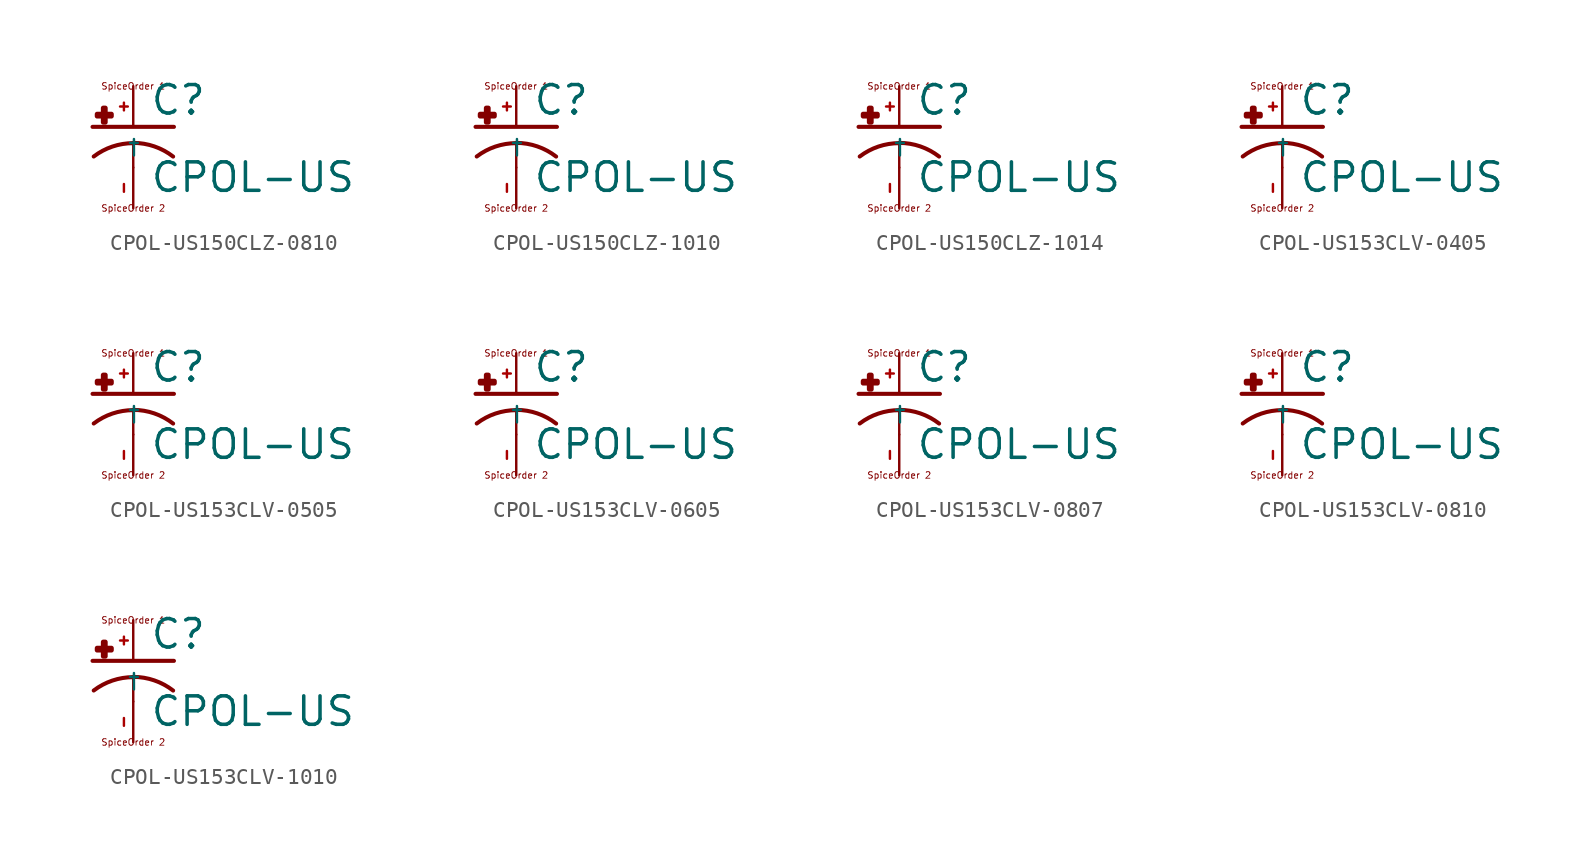
<source format=kicad_sym>
(kicad_symbol_lib
  (version 20220914)
  (generator Eagle2Kicad)
  (symbol "CPOL-US150CLZ-0810"
    (property "Reference" "C"
      (at 1.016 0.635 0)
      (effects (font (size 1.778 1.778) (thickness 0.22)) (justify left bottom)))
    (property "Value" "CPOL-US"
      (at 1.016 -4.191 0)
      (effects (font (size 1.778 1.778) (thickness 0.22)) (justify left bottom)))
    (polyline
      (pts (xy -2.54 0) (xy 2.54 0))
      (stroke (width 0.254) (type default))
      (fill (type none)))
    (polyline
      (pts (xy 0 -1.016) (xy 0 -2.54))
      (stroke (width 0.152) (type default))
      (fill (type none)))
    (arc
      (start 2.4892 -1.8542)
      (mid 1.316 -1.220)
      (end 0 -1)
      (stroke (width 0.254) (type default))
      (fill (type none)))
    (arc
      (start 0 -1.0161)
      (mid -1.302 -1.230)
      (end -2.4669 -1.8504)
      (stroke (width 0.254) (type default))
      (fill (type none)))
    (text "SpiceOrder 1"
      (at 0 2.54 0)
      (effects (font (size 0.406 0.406) (thickness 0.05))))
    (text "SpiceOrder 2"
      (at 0 -5.08 0)
      (effects (font (size 0.406 0.406) (thickness 0.05))))
    (rectangle
      (start -2.253 0.668)
      (end -1.364 0.795)
      (stroke (width 0.3) (type default))
      (fill (type outline)))
    (rectangle
      (start -1.872 0.287)
      (end -1.745 1.176)
      (stroke (width 0.3) (type default))
      (fill (type outline)))
    (pin passive line
      (at 0 2.54 270)
      (length 2.54)
      (name "+" (effects (font (size 0.635 0.635) (thickness 0.08)) (justify left bottom)))
      (number "+" (effects (font (size 0.635 0.635) (thickness 0.08)) (justify left bottom))))
    (pin passive line
      (at 0 -5.08 90)
      (length 2.54)
      (name "-" (effects (font (size 0.635 0.635) (thickness 0.08)) (justify left bottom)))
      (number "-" (effects (font (size 0.635 0.635) (thickness 0.08)) (justify left bottom)))))
  (symbol "CPOL-US150CLZ-1010"
    (property "Reference" "C"
      (at 1.016 0.635 0)
      (effects (font (size 1.778 1.778) (thickness 0.22)) (justify left bottom)))
    (property "Value" "CPOL-US"
      (at 1.016 -4.191 0)
      (effects (font (size 1.778 1.778) (thickness 0.22)) (justify left bottom)))
    (polyline
      (pts (xy -2.54 0) (xy 2.54 0))
      (stroke (width 0.254) (type default))
      (fill (type none)))
    (polyline
      (pts (xy 0 -1.016) (xy 0 -2.54))
      (stroke (width 0.152) (type default))
      (fill (type none)))
    (arc
      (start 2.4892 -1.8542)
      (mid 1.316 -1.220)
      (end 0 -1)
      (stroke (width 0.254) (type default))
      (fill (type none)))
    (arc
      (start 0 -1.0161)
      (mid -1.302 -1.230)
      (end -2.4669 -1.8504)
      (stroke (width 0.254) (type default))
      (fill (type none)))
    (text "SpiceOrder 1"
      (at 0 2.54 0)
      (effects (font (size 0.406 0.406) (thickness 0.05))))
    (text "SpiceOrder 2"
      (at 0 -5.08 0)
      (effects (font (size 0.406 0.406) (thickness 0.05))))
    (rectangle
      (start -2.253 0.668)
      (end -1.364 0.795)
      (stroke (width 0.3) (type default))
      (fill (type outline)))
    (rectangle
      (start -1.872 0.287)
      (end -1.745 1.176)
      (stroke (width 0.3) (type default))
      (fill (type outline)))
    (pin passive line
      (at 0 2.54 270)
      (length 2.54)
      (name "+" (effects (font (size 0.635 0.635) (thickness 0.08)) (justify left bottom)))
      (number "+" (effects (font (size 0.635 0.635) (thickness 0.08)) (justify left bottom))))
    (pin passive line
      (at 0 -5.08 90)
      (length 2.54)
      (name "-" (effects (font (size 0.635 0.635) (thickness 0.08)) (justify left bottom)))
      (number "-" (effects (font (size 0.635 0.635) (thickness 0.08)) (justify left bottom)))))
  (symbol "CPOL-US150CLZ-1014"
    (property "Reference" "C"
      (at 1.016 0.635 0)
      (effects (font (size 1.778 1.778) (thickness 0.22)) (justify left bottom)))
    (property "Value" "CPOL-US"
      (at 1.016 -4.191 0)
      (effects (font (size 1.778 1.778) (thickness 0.22)) (justify left bottom)))
    (polyline
      (pts (xy -2.54 0) (xy 2.54 0))
      (stroke (width 0.254) (type default))
      (fill (type none)))
    (polyline
      (pts (xy 0 -1.016) (xy 0 -2.54))
      (stroke (width 0.152) (type default))
      (fill (type none)))
    (arc
      (start 2.4892 -1.8542)
      (mid 1.316 -1.220)
      (end 0 -1)
      (stroke (width 0.254) (type default))
      (fill (type none)))
    (arc
      (start 0 -1.0161)
      (mid -1.302 -1.230)
      (end -2.4669 -1.8504)
      (stroke (width 0.254) (type default))
      (fill (type none)))
    (text "SpiceOrder 1"
      (at 0 2.54 0)
      (effects (font (size 0.406 0.406) (thickness 0.05))))
    (text "SpiceOrder 2"
      (at 0 -5.08 0)
      (effects (font (size 0.406 0.406) (thickness 0.05))))
    (rectangle
      (start -2.253 0.668)
      (end -1.364 0.795)
      (stroke (width 0.3) (type default))
      (fill (type outline)))
    (rectangle
      (start -1.872 0.287)
      (end -1.745 1.176)
      (stroke (width 0.3) (type default))
      (fill (type outline)))
    (pin passive line
      (at 0 2.54 270)
      (length 2.54)
      (name "+" (effects (font (size 0.635 0.635) (thickness 0.08)) (justify left bottom)))
      (number "+" (effects (font (size 0.635 0.635) (thickness 0.08)) (justify left bottom))))
    (pin passive line
      (at 0 -5.08 90)
      (length 2.54)
      (name "-" (effects (font (size 0.635 0.635) (thickness 0.08)) (justify left bottom)))
      (number "-" (effects (font (size 0.635 0.635) (thickness 0.08)) (justify left bottom)))))
  (symbol "CPOL-US153CLV-0405"
    (property "Reference" "C"
      (at 1.016 0.635 0)
      (effects (font (size 1.778 1.778) (thickness 0.22)) (justify left bottom)))
    (property "Value" "CPOL-US"
      (at 1.016 -4.191 0)
      (effects (font (size 1.778 1.778) (thickness 0.22)) (justify left bottom)))
    (polyline
      (pts (xy -2.54 0) (xy 2.54 0))
      (stroke (width 0.254) (type default))
      (fill (type none)))
    (polyline
      (pts (xy 0 -1.016) (xy 0 -2.54))
      (stroke (width 0.152) (type default))
      (fill (type none)))
    (arc
      (start 2.4892 -1.8542)
      (mid 1.316 -1.220)
      (end 0 -1)
      (stroke (width 0.254) (type default))
      (fill (type none)))
    (arc
      (start 0 -1.0161)
      (mid -1.302 -1.230)
      (end -2.4669 -1.8504)
      (stroke (width 0.254) (type default))
      (fill (type none)))
    (text "SpiceOrder 1"
      (at 0 2.54 0)
      (effects (font (size 0.406 0.406) (thickness 0.05))))
    (text "SpiceOrder 2"
      (at 0 -5.08 0)
      (effects (font (size 0.406 0.406) (thickness 0.05))))
    (rectangle
      (start -2.253 0.668)
      (end -1.364 0.795)
      (stroke (width 0.3) (type default))
      (fill (type outline)))
    (rectangle
      (start -1.872 0.287)
      (end -1.745 1.176)
      (stroke (width 0.3) (type default))
      (fill (type outline)))
    (pin passive line
      (at 0 2.54 270)
      (length 2.54)
      (name "+" (effects (font (size 0.635 0.635) (thickness 0.08)) (justify left bottom)))
      (number "+" (effects (font (size 0.635 0.635) (thickness 0.08)) (justify left bottom))))
    (pin passive line
      (at 0 -5.08 90)
      (length 2.54)
      (name "-" (effects (font (size 0.635 0.635) (thickness 0.08)) (justify left bottom)))
      (number "-" (effects (font (size 0.635 0.635) (thickness 0.08)) (justify left bottom)))))
  (symbol "CPOL-US153CLV-0505"
    (property "Reference" "C"
      (at 1.016 0.635 0)
      (effects (font (size 1.778 1.778) (thickness 0.22)) (justify left bottom)))
    (property "Value" "CPOL-US"
      (at 1.016 -4.191 0)
      (effects (font (size 1.778 1.778) (thickness 0.22)) (justify left bottom)))
    (polyline
      (pts (xy -2.54 0) (xy 2.54 0))
      (stroke (width 0.254) (type default))
      (fill (type none)))
    (polyline
      (pts (xy 0 -1.016) (xy 0 -2.54))
      (stroke (width 0.152) (type default))
      (fill (type none)))
    (arc
      (start 2.4892 -1.8542)
      (mid 1.316 -1.220)
      (end 0 -1)
      (stroke (width 0.254) (type default))
      (fill (type none)))
    (arc
      (start 0 -1.0161)
      (mid -1.302 -1.230)
      (end -2.4669 -1.8504)
      (stroke (width 0.254) (type default))
      (fill (type none)))
    (text "SpiceOrder 1"
      (at 0 2.54 0)
      (effects (font (size 0.406 0.406) (thickness 0.05))))
    (text "SpiceOrder 2"
      (at 0 -5.08 0)
      (effects (font (size 0.406 0.406) (thickness 0.05))))
    (rectangle
      (start -2.253 0.668)
      (end -1.364 0.795)
      (stroke (width 0.3) (type default))
      (fill (type outline)))
    (rectangle
      (start -1.872 0.287)
      (end -1.745 1.176)
      (stroke (width 0.3) (type default))
      (fill (type outline)))
    (pin passive line
      (at 0 2.54 270)
      (length 2.54)
      (name "+" (effects (font (size 0.635 0.635) (thickness 0.08)) (justify left bottom)))
      (number "+" (effects (font (size 0.635 0.635) (thickness 0.08)) (justify left bottom))))
    (pin passive line
      (at 0 -5.08 90)
      (length 2.54)
      (name "-" (effects (font (size 0.635 0.635) (thickness 0.08)) (justify left bottom)))
      (number "-" (effects (font (size 0.635 0.635) (thickness 0.08)) (justify left bottom)))))
  (symbol "CPOL-US153CLV-0605"
    (property "Reference" "C"
      (at 1.016 0.635 0)
      (effects (font (size 1.778 1.778) (thickness 0.22)) (justify left bottom)))
    (property "Value" "CPOL-US"
      (at 1.016 -4.191 0)
      (effects (font (size 1.778 1.778) (thickness 0.22)) (justify left bottom)))
    (polyline
      (pts (xy -2.54 0) (xy 2.54 0))
      (stroke (width 0.254) (type default))
      (fill (type none)))
    (polyline
      (pts (xy 0 -1.016) (xy 0 -2.54))
      (stroke (width 0.152) (type default))
      (fill (type none)))
    (arc
      (start 2.4892 -1.8542)
      (mid 1.316 -1.220)
      (end 0 -1)
      (stroke (width 0.254) (type default))
      (fill (type none)))
    (arc
      (start 0 -1.0161)
      (mid -1.302 -1.230)
      (end -2.4669 -1.8504)
      (stroke (width 0.254) (type default))
      (fill (type none)))
    (text "SpiceOrder 1"
      (at 0 2.54 0)
      (effects (font (size 0.406 0.406) (thickness 0.05))))
    (text "SpiceOrder 2"
      (at 0 -5.08 0)
      (effects (font (size 0.406 0.406) (thickness 0.05))))
    (rectangle
      (start -2.253 0.668)
      (end -1.364 0.795)
      (stroke (width 0.3) (type default))
      (fill (type outline)))
    (rectangle
      (start -1.872 0.287)
      (end -1.745 1.176)
      (stroke (width 0.3) (type default))
      (fill (type outline)))
    (pin passive line
      (at 0 2.54 270)
      (length 2.54)
      (name "+" (effects (font (size 0.635 0.635) (thickness 0.08)) (justify left bottom)))
      (number "+" (effects (font (size 0.635 0.635) (thickness 0.08)) (justify left bottom))))
    (pin passive line
      (at 0 -5.08 90)
      (length 2.54)
      (name "-" (effects (font (size 0.635 0.635) (thickness 0.08)) (justify left bottom)))
      (number "-" (effects (font (size 0.635 0.635) (thickness 0.08)) (justify left bottom)))))
  (symbol "CPOL-US153CLV-0807"
    (property "Reference" "C"
      (at 1.016 0.635 0)
      (effects (font (size 1.778 1.778) (thickness 0.22)) (justify left bottom)))
    (property "Value" "CPOL-US"
      (at 1.016 -4.191 0)
      (effects (font (size 1.778 1.778) (thickness 0.22)) (justify left bottom)))
    (polyline
      (pts (xy -2.54 0) (xy 2.54 0))
      (stroke (width 0.254) (type default))
      (fill (type none)))
    (polyline
      (pts (xy 0 -1.016) (xy 0 -2.54))
      (stroke (width 0.152) (type default))
      (fill (type none)))
    (arc
      (start 2.4892 -1.8542)
      (mid 1.316 -1.220)
      (end 0 -1)
      (stroke (width 0.254) (type default))
      (fill (type none)))
    (arc
      (start 0 -1.0161)
      (mid -1.302 -1.230)
      (end -2.4669 -1.8504)
      (stroke (width 0.254) (type default))
      (fill (type none)))
    (text "SpiceOrder 1"
      (at 0 2.54 0)
      (effects (font (size 0.406 0.406) (thickness 0.05))))
    (text "SpiceOrder 2"
      (at 0 -5.08 0)
      (effects (font (size 0.406 0.406) (thickness 0.05))))
    (rectangle
      (start -2.253 0.668)
      (end -1.364 0.795)
      (stroke (width 0.3) (type default))
      (fill (type outline)))
    (rectangle
      (start -1.872 0.287)
      (end -1.745 1.176)
      (stroke (width 0.3) (type default))
      (fill (type outline)))
    (pin passive line
      (at 0 2.54 270)
      (length 2.54)
      (name "+" (effects (font (size 0.635 0.635) (thickness 0.08)) (justify left bottom)))
      (number "+" (effects (font (size 0.635 0.635) (thickness 0.08)) (justify left bottom))))
    (pin passive line
      (at 0 -5.08 90)
      (length 2.54)
      (name "-" (effects (font (size 0.635 0.635) (thickness 0.08)) (justify left bottom)))
      (number "-" (effects (font (size 0.635 0.635) (thickness 0.08)) (justify left bottom)))))
  (symbol "CPOL-US153CLV-0810"
    (property "Reference" "C"
      (at 1.016 0.635 0)
      (effects (font (size 1.778 1.778) (thickness 0.22)) (justify left bottom)))
    (property "Value" "CPOL-US"
      (at 1.016 -4.191 0)
      (effects (font (size 1.778 1.778) (thickness 0.22)) (justify left bottom)))
    (polyline
      (pts (xy -2.54 0) (xy 2.54 0))
      (stroke (width 0.254) (type default))
      (fill (type none)))
    (polyline
      (pts (xy 0 -1.016) (xy 0 -2.54))
      (stroke (width 0.152) (type default))
      (fill (type none)))
    (arc
      (start 2.4892 -1.8542)
      (mid 1.316 -1.220)
      (end 0 -1)
      (stroke (width 0.254) (type default))
      (fill (type none)))
    (arc
      (start 0 -1.0161)
      (mid -1.302 -1.230)
      (end -2.4669 -1.8504)
      (stroke (width 0.254) (type default))
      (fill (type none)))
    (text "SpiceOrder 1"
      (at 0 2.54 0)
      (effects (font (size 0.406 0.406) (thickness 0.05))))
    (text "SpiceOrder 2"
      (at 0 -5.08 0)
      (effects (font (size 0.406 0.406) (thickness 0.05))))
    (rectangle
      (start -2.253 0.668)
      (end -1.364 0.795)
      (stroke (width 0.3) (type default))
      (fill (type outline)))
    (rectangle
      (start -1.872 0.287)
      (end -1.745 1.176)
      (stroke (width 0.3) (type default))
      (fill (type outline)))
    (pin passive line
      (at 0 2.54 270)
      (length 2.54)
      (name "+" (effects (font (size 0.635 0.635) (thickness 0.08)) (justify left bottom)))
      (number "+" (effects (font (size 0.635 0.635) (thickness 0.08)) (justify left bottom))))
    (pin passive line
      (at 0 -5.08 90)
      (length 2.54)
      (name "-" (effects (font (size 0.635 0.635) (thickness 0.08)) (justify left bottom)))
      (number "-" (effects (font (size 0.635 0.635) (thickness 0.08)) (justify left bottom)))))
  (symbol "CPOL-US153CLV-1010"
    (property "Reference" "C"
      (at 1.016 0.635 0)
      (effects (font (size 1.778 1.778) (thickness 0.22)) (justify left bottom)))
    (property "Value" "CPOL-US"
      (at 1.016 -4.191 0)
      (effects (font (size 1.778 1.778) (thickness 0.22)) (justify left bottom)))
    (polyline
      (pts (xy -2.54 0) (xy 2.54 0))
      (stroke (width 0.254) (type default))
      (fill (type none)))
    (polyline
      (pts (xy 0 -1.016) (xy 0 -2.54))
      (stroke (width 0.152) (type default))
      (fill (type none)))
    (arc
      (start 2.4892 -1.8542)
      (mid 1.316 -1.220)
      (end 0 -1)
      (stroke (width 0.254) (type default))
      (fill (type none)))
    (arc
      (start 0 -1.0161)
      (mid -1.302 -1.230)
      (end -2.4669 -1.8504)
      (stroke (width 0.254) (type default))
      (fill (type none)))
    (text "SpiceOrder 1"
      (at 0 2.54 0)
      (effects (font (size 0.406 0.406) (thickness 0.05))))
    (text "SpiceOrder 2"
      (at 0 -5.08 0)
      (effects (font (size 0.406 0.406) (thickness 0.05))))
    (rectangle
      (start -2.253 0.668)
      (end -1.364 0.795)
      (stroke (width 0.3) (type default))
      (fill (type outline)))
    (rectangle
      (start -1.872 0.287)
      (end -1.745 1.176)
      (stroke (width 0.3) (type default))
      (fill (type outline)))
    (pin passive line
      (at 0 2.54 270)
      (length 2.54)
      (name "+" (effects (font (size 0.635 0.635) (thickness 0.08)) (justify left bottom)))
      (number "+" (effects (font (size 0.635 0.635) (thickness 0.08)) (justify left bottom))))
    (pin passive line
      (at 0 -5.08 90)
      (length 2.54)
      (name "-" (effects (font (size 0.635 0.635) (thickness 0.08)) (justify left bottom)))
      (number "-" (effects (font (size 0.635 0.635) (thickness 0.08)) (justify left bottom))))))
</source>
